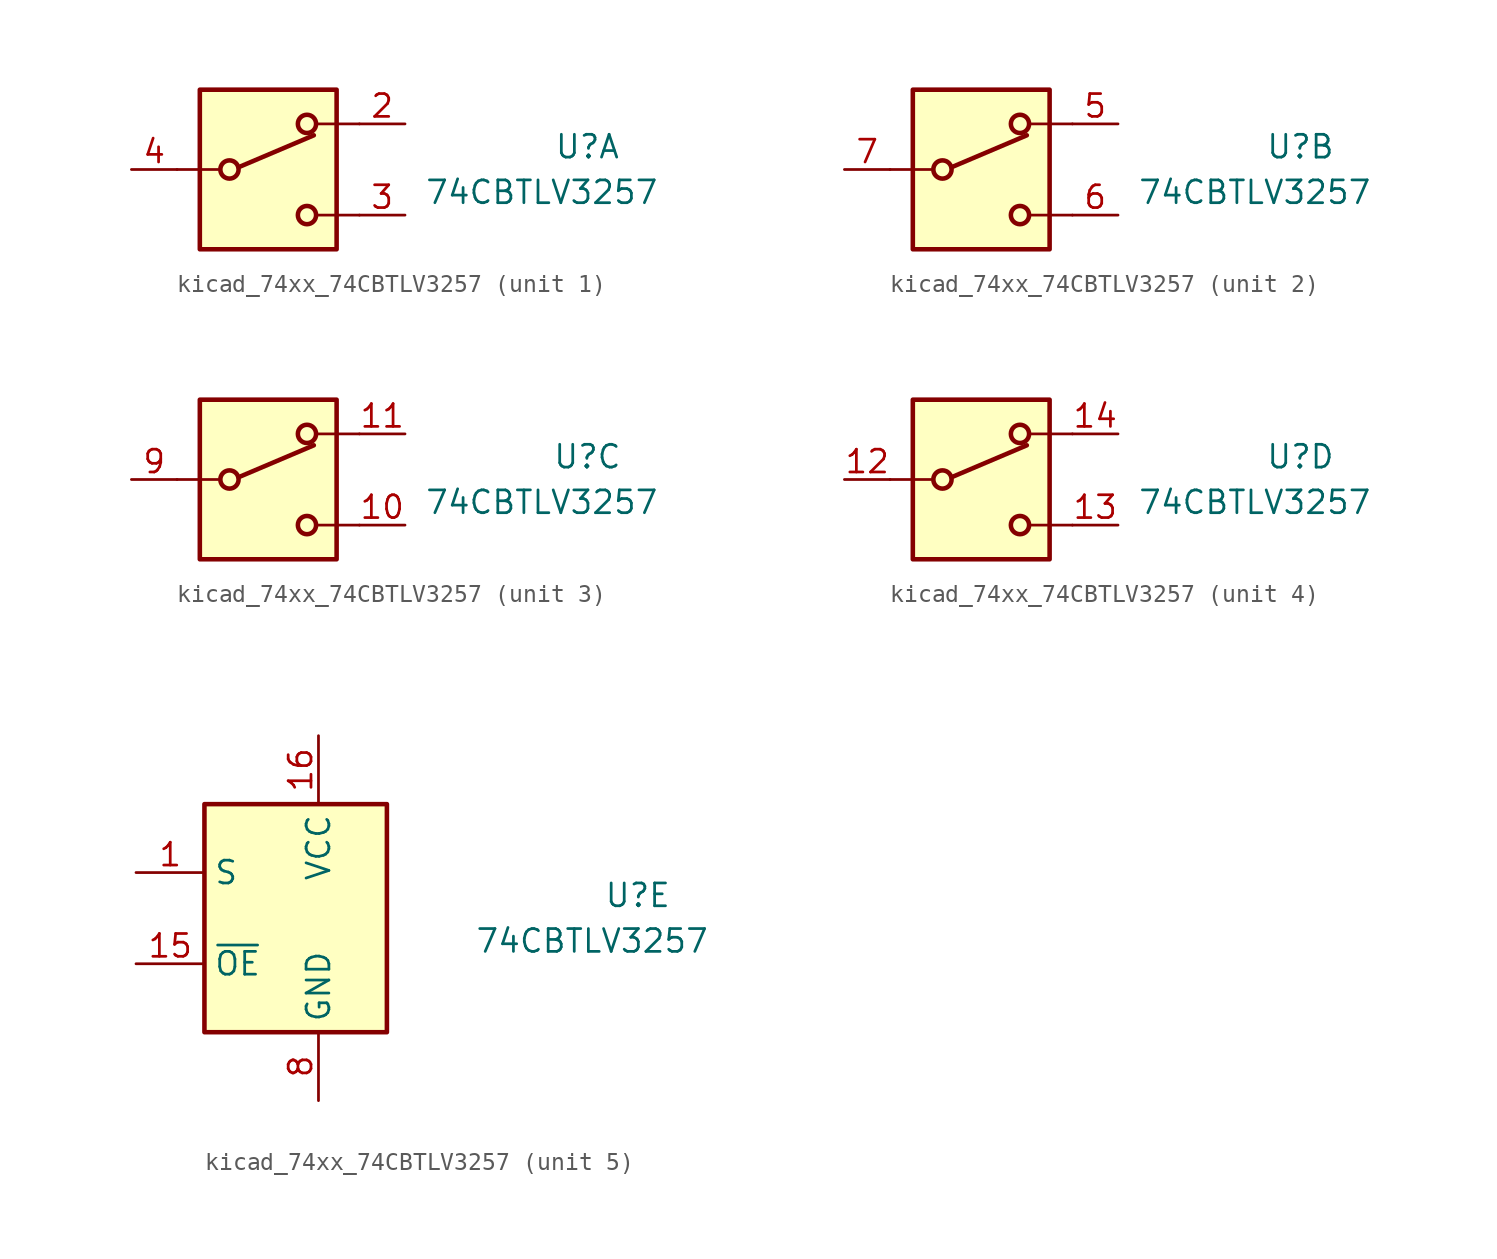
<source format=kicad_sym>
(kicad_symbol_lib
  (version 20220914)
  (generator kicad_symbol_editor)
  (symbol "kicad_74xx_74CBTLV3257"
    (property "Reference" "U"
      (at 17.78 1.27 0)
      (effects (font (size 1.27 1.27))))
    (property "Value" "74CBTLV3257"
      (at 15.24 -1.27 0)
      (effects (font (size 1.27 1.27))))
    (property "ki_locked" ""
      (at 0 0 0)
      (effects (font (size 1.27 1.27))))
    (symbol "kicad_74xx_74CBTLV3257_1_1"
      (rectangle (start -3.81 4.445) (end 3.81 -4.445) (stroke (width 0.254) (type default)) (fill (type background)))
      (circle (center -2.159 0) (radius 0.508) (stroke (width 0.254) (type default)) (fill (type none)))
      (polyline (pts (xy -5.08 0) (xy -2.794 0)) (stroke (width 0) (type default)) (fill (type none)))
      (polyline (pts (xy -1.651 0.127) (xy 2.54 1.905)) (stroke (width 0.254) (type default)) (fill (type none)))
      (polyline (pts (xy 5.08 -2.54) (xy 2.794 -2.54)) (stroke (width 0) (type default)) (fill (type none)))
      (polyline (pts (xy 5.08 2.54) (xy 2.794 2.54)) (stroke (width 0) (type default)) (fill (type none)))
      (circle (center 2.159 -2.54) (radius 0.508) (stroke (width 0.254) (type default)) (fill (type none)))
      (circle (center 2.159 2.54) (radius 0.508) (stroke (width 0.254) (type default)) (fill (type none)))
      (pin passive line (at 7.62 2.54 180) (length 2.54) (name "~" (effects (font (size 1.27 1.27)))) (number "2" (effects (font (size 1.27 1.27)))))
      (pin passive line (at 7.62 -2.54 180) (length 2.54) (name "~" (effects (font (size 1.27 1.27)))) (number "3" (effects (font (size 1.27 1.27)))))
      (pin passive line (at -7.62 0 0) (length 2.54) (name "~" (effects (font (size 1.27 1.27)))) (number "4" (effects (font (size 1.27 1.27))))))
    (symbol "kicad_74xx_74CBTLV3257_2_1"
      (rectangle (start -3.81 4.445) (end 3.81 -4.445) (stroke (width 0.254) (type default)) (fill (type background)))
      (circle (center -2.159 0) (radius 0.508) (stroke (width 0.254) (type default)) (fill (type none)))
      (polyline (pts (xy -5.08 0) (xy -2.794 0)) (stroke (width 0) (type default)) (fill (type none)))
      (polyline (pts (xy -1.651 0.127) (xy 2.54 1.905)) (stroke (width 0.254) (type default)) (fill (type none)))
      (polyline (pts (xy 5.08 -2.54) (xy 2.794 -2.54)) (stroke (width 0) (type default)) (fill (type none)))
      (polyline (pts (xy 5.08 2.54) (xy 2.794 2.54)) (stroke (width 0) (type default)) (fill (type none)))
      (circle (center 2.159 -2.54) (radius 0.508) (stroke (width 0.254) (type default)) (fill (type none)))
      (circle (center 2.159 2.54) (radius 0.508) (stroke (width 0.254) (type default)) (fill (type none)))
      (pin passive line (at 7.62 2.54 180) (length 2.54) (name "~" (effects (font (size 1.27 1.27)))) (number "5" (effects (font (size 1.27 1.27)))))
      (pin passive line (at 7.62 -2.54 180) (length 2.54) (name "~" (effects (font (size 1.27 1.27)))) (number "6" (effects (font (size 1.27 1.27)))))
      (pin passive line (at -7.62 0 0) (length 2.54) (name "~" (effects (font (size 1.27 1.27)))) (number "7" (effects (font (size 1.27 1.27))))))
    (symbol "kicad_74xx_74CBTLV3257_3_1"
      (rectangle (start -3.81 4.445) (end 3.81 -4.445) (stroke (width 0.254) (type default)) (fill (type background)))
      (circle (center -2.159 0) (radius 0.508) (stroke (width 0.254) (type default)) (fill (type none)))
      (polyline (pts (xy -5.08 0) (xy -2.794 0)) (stroke (width 0) (type default)) (fill (type none)))
      (polyline (pts (xy -1.651 0.127) (xy 2.54 1.905)) (stroke (width 0.254) (type default)) (fill (type none)))
      (polyline (pts (xy 5.08 -2.54) (xy 2.794 -2.54)) (stroke (width 0) (type default)) (fill (type none)))
      (polyline (pts (xy 5.08 2.54) (xy 2.794 2.54)) (stroke (width 0) (type default)) (fill (type none)))
      (circle (center 2.159 -2.54) (radius 0.508) (stroke (width 0.254) (type default)) (fill (type none)))
      (circle (center 2.159 2.54) (radius 0.508) (stroke (width 0.254) (type default)) (fill (type none)))
      (pin passive line (at 7.62 -2.54 180) (length 2.54) (name "~" (effects (font (size 1.27 1.27)))) (number "10" (effects (font (size 1.27 1.27)))))
      (pin passive line (at 7.62 2.54 180) (length 2.54) (name "~" (effects (font (size 1.27 1.27)))) (number "11" (effects (font (size 1.27 1.27)))))
      (pin passive line (at -7.62 0 0) (length 2.54) (name "~" (effects (font (size 1.27 1.27)))) (number "9" (effects (font (size 1.27 1.27))))))
    (symbol "kicad_74xx_74CBTLV3257_4_1"
      (rectangle (start -3.81 4.445) (end 3.81 -4.445) (stroke (width 0.254) (type default)) (fill (type background)))
      (circle (center -2.159 0) (radius 0.508) (stroke (width 0.254) (type default)) (fill (type none)))
      (polyline (pts (xy -5.08 0) (xy -2.794 0)) (stroke (width 0) (type default)) (fill (type none)))
      (polyline (pts (xy -1.651 0.127) (xy 2.54 1.905)) (stroke (width 0.254) (type default)) (fill (type none)))
      (polyline (pts (xy 5.08 -2.54) (xy 2.794 -2.54)) (stroke (width 0) (type default)) (fill (type none)))
      (polyline (pts (xy 5.08 2.54) (xy 2.794 2.54)) (stroke (width 0) (type default)) (fill (type none)))
      (circle (center 2.159 -2.54) (radius 0.508) (stroke (width 0.254) (type default)) (fill (type none)))
      (circle (center 2.159 2.54) (radius 0.508) (stroke (width 0.254) (type default)) (fill (type none)))
      (pin passive line (at -7.62 0 0) (length 2.54) (name "~" (effects (font (size 1.27 1.27)))) (number "12" (effects (font (size 1.27 1.27)))))
      (pin passive line (at 7.62 -2.54 180) (length 2.54) (name "~" (effects (font (size 1.27 1.27)))) (number "13" (effects (font (size 1.27 1.27)))))
      (pin passive line (at 7.62 2.54 180) (length 2.54) (name "~" (effects (font (size 1.27 1.27)))) (number "14" (effects (font (size 1.27 1.27))))))
    (symbol "kicad_74xx_74CBTLV3257_5_1"
      (rectangle (start 3.81 6.35) (end -6.35 -6.35) (stroke (width 0.254) (type default)) (fill (type background)))
      (pin input line (at -10.16 2.54 0) (length 3.81) (name "S" (effects (font (size 1.27 1.27)))) (number "1" (effects (font (size 1.27 1.27)))))
      (pin input line (at -10.16 -2.54 0) (length 3.81) (name "~{OE}" (effects (font (size 1.27 1.27)))) (number "15" (effects (font (size 1.27 1.27)))))
      (pin power_in line (at 0 10.16 270) (length 3.81) (name "VCC" (effects (font (size 1.27 1.27)))) (number "16" (effects (font (size 1.27 1.27)))))
      (pin power_in line (at 0 -10.16 90) (length 3.81) (name "GND" (effects (font (size 1.27 1.27)))) (number "8" (effects (font (size 1.27 1.27))))))))
</source>
